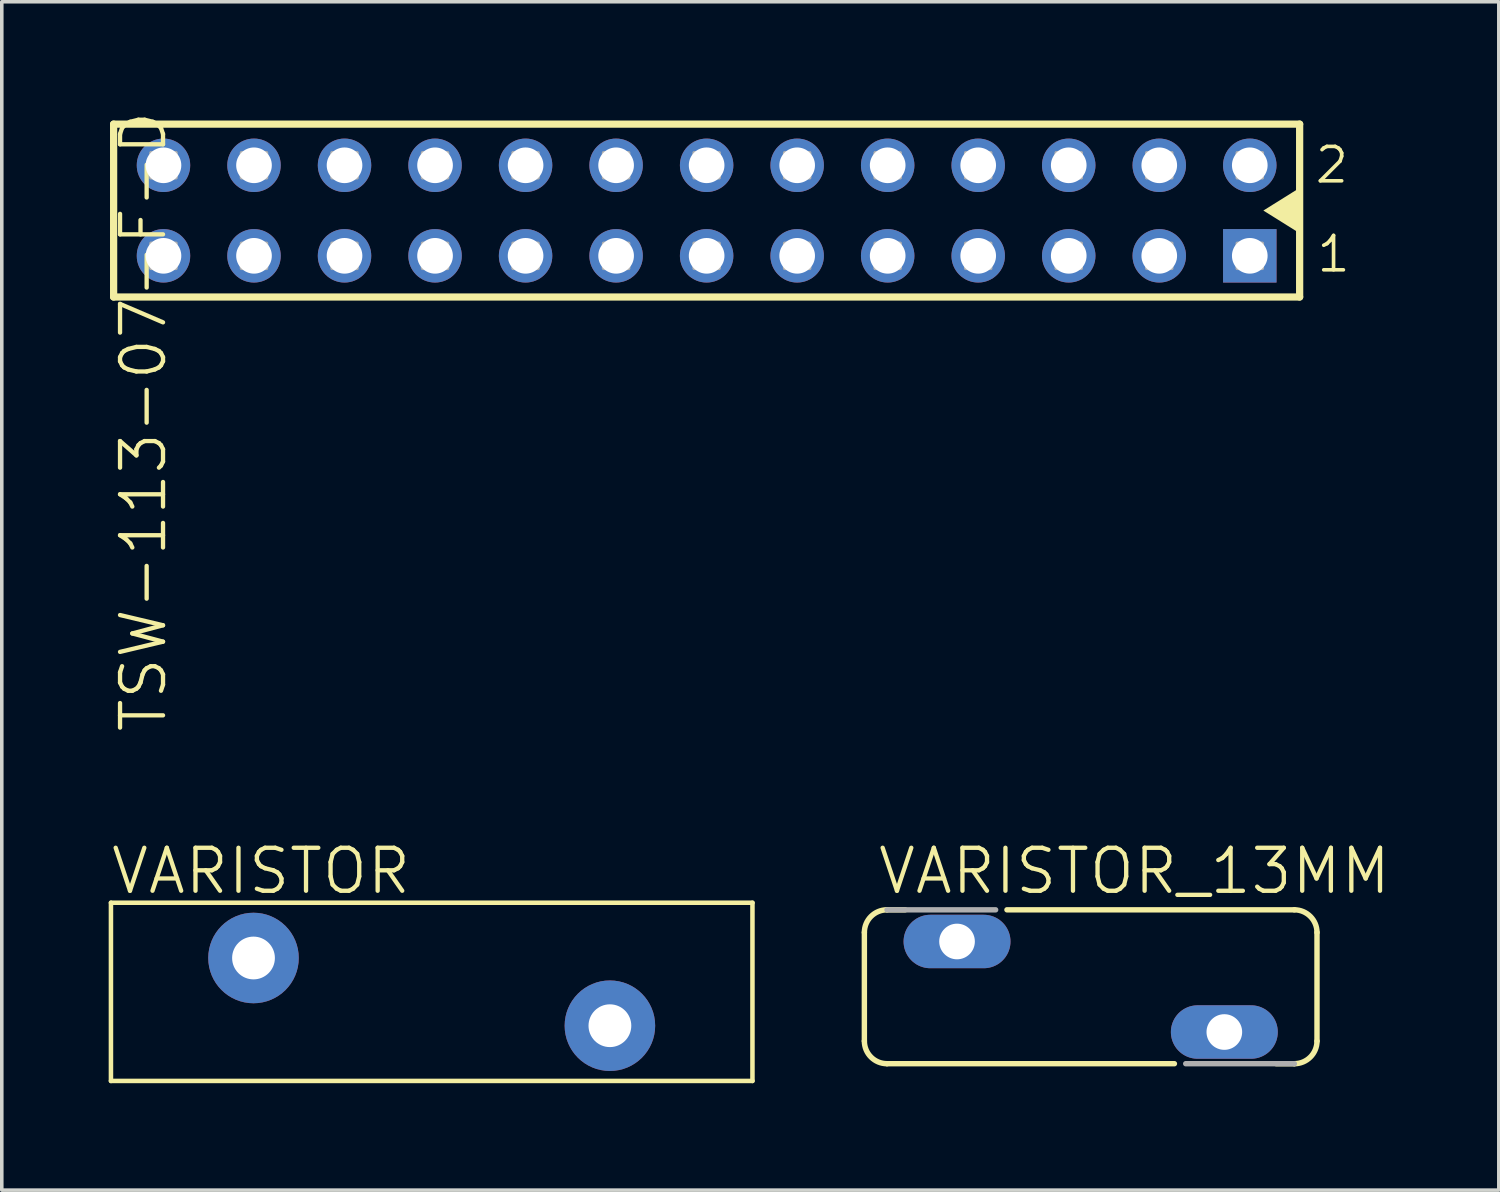
<source format=kicad_pcb>
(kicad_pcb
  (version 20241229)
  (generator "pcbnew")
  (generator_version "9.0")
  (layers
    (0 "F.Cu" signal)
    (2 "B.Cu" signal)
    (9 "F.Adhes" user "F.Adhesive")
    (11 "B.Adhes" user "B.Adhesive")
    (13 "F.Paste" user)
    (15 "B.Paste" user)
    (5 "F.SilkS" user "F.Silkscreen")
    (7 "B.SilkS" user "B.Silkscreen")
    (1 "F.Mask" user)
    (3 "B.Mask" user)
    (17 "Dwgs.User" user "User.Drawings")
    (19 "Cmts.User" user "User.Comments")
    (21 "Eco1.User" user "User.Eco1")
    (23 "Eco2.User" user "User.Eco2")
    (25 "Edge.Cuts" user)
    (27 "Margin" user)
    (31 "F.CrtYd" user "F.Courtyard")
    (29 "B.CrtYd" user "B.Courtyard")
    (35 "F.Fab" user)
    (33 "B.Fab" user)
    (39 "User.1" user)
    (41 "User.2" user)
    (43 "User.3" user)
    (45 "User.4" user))
  (footprint "VARISTOR"
    (layer "F.Cu")
    (at 9.063 24.78)
    (property "Reference" "VARISTOR" (at -9.062 -2.683 180) (layer "F.SilkS") (effects (font (size 1.206 1.206) (thickness 0.121)) (justify left bottom)))
    (attr through_hole)
    (fp_line (start -9 -2.5) (end 9 -2.5) (stroke (width 0.127) (type solid)) (layer "F.SilkS"))
    (fp_line (start -9 2.5) (end -9 -2.5) (stroke (width 0.127) (type solid)) (layer "F.SilkS"))
    (fp_line (start 9 -2.5) (end 9 2.5) (stroke (width 0.127) (type solid)) (layer "F.SilkS"))
    (fp_line (start 9 2.5) (end -9 2.5) (stroke (width 0.127) (type solid)) (layer "F.SilkS"))
    (pad "P$1" thru_hole circle (at -5 -0.95) (size 2.54 2.54) (drill 1.2) (layers "*.Cu" "*.Mask"))
    (pad "P$2" thru_hole circle (at 5 0.95) (size 2.54 2.54) (drill 1.2) (layers "*.Cu" "*.Mask")))
  (footprint "TSW-113-07-F-D"
    (layer "F.Cu")
    (at 1.537 4.128)
    (property "Reference" "TSW-113-07-F-D" (at -1.27 -4.128 90) (layer "F.SilkS") (effects (font (size 1.206 1.206) (thickness 0.121)) (justify right top)))
    (attr through_hole)
    (fp_line (start -1.399 -3.695) (end 31.879 -3.695) (stroke (width 0.203) (type solid)) (layer "F.SilkS"))
    (fp_line (start -1.399 1.155) (end -1.399 -3.695) (stroke (width 0.203) (type solid)) (layer "F.SilkS"))
    (fp_line (start 31.879 -3.695) (end 31.879 1.155) (stroke (width 0.203) (type solid)) (layer "F.SilkS"))
    (fp_line (start 31.879 1.155) (end -1.399 1.155) (stroke (width 0.203) (type solid)) (layer "F.SilkS"))
    (fp_poly (pts (xy 31.877 -1.905) (xy 30.861 -1.27) (xy 31.877 -0.635) (xy 31.877 -1.778)) (stroke (width 0) (type solid)) (fill yes) (layer "F.SilkS"))
    (fp_poly (pts (xy -0.35 -2.19) (xy 0.35 -2.19) (xy 0.35 -2.89) (xy -0.35 -2.89)) (stroke (width 0.1) (type solid)) (fill no) (layer "F.Fab"))
    (fp_poly (pts (xy -0.35 0.35) (xy 0.35 0.35) (xy 0.35 -0.35) (xy -0.35 -0.35)) (stroke (width 0.1) (type solid)) (fill no) (layer "F.Fab"))
    (fp_poly (pts (xy 2.19 -2.19) (xy 2.89 -2.19) (xy 2.89 -2.89) (xy 2.19 -2.89)) (stroke (width 0.1) (type solid)) (fill no) (layer "F.Fab"))
    (fp_poly (pts (xy 2.19 0.35) (xy 2.89 0.35) (xy 2.89 -0.35) (xy 2.19 -0.35)) (stroke (width 0.1) (type solid)) (fill no) (layer "F.Fab"))
    (fp_poly (pts (xy 4.73 -2.19) (xy 5.43 -2.19) (xy 5.43 -2.89) (xy 4.73 -2.89)) (stroke (width 0.1) (type solid)) (fill no) (layer "F.Fab"))
    (fp_poly (pts (xy 4.73 0.35) (xy 5.43 0.35) (xy 5.43 -0.35) (xy 4.73 -0.35)) (stroke (width 0.1) (type solid)) (fill no) (layer "F.Fab"))
    (fp_poly (pts (xy 7.27 -2.19) (xy 7.97 -2.19) (xy 7.97 -2.89) (xy 7.27 -2.89)) (stroke (width 0.1) (type solid)) (fill no) (layer "F.Fab"))
    (fp_poly (pts (xy 7.27 0.35) (xy 7.97 0.35) (xy 7.97 -0.35) (xy 7.27 -0.35)) (stroke (width 0.1) (type solid)) (fill no) (layer "F.Fab"))
    (fp_poly (pts (xy 9.81 -2.19) (xy 10.51 -2.19) (xy 10.51 -2.89) (xy 9.81 -2.89)) (stroke (width 0.1) (type solid)) (fill no) (layer "F.Fab"))
    (fp_poly (pts (xy 9.81 0.35) (xy 10.51 0.35) (xy 10.51 -0.35) (xy 9.81 -0.35)) (stroke (width 0.1) (type solid)) (fill no) (layer "F.Fab"))
    (fp_poly (pts (xy 12.35 -2.19) (xy 13.05 -2.19) (xy 13.05 -2.89) (xy 12.35 -2.89)) (stroke (width 0.1) (type solid)) (fill no) (layer "F.Fab"))
    (fp_poly (pts (xy 12.35 0.35) (xy 13.05 0.35) (xy 13.05 -0.35) (xy 12.35 -0.35)) (stroke (width 0.1) (type solid)) (fill no) (layer "F.Fab"))
    (fp_poly (pts (xy 14.89 -2.19) (xy 15.59 -2.19) (xy 15.59 -2.89) (xy 14.89 -2.89)) (stroke (width 0.1) (type solid)) (fill no) (layer "F.Fab"))
    (fp_poly (pts (xy 14.89 0.35) (xy 15.59 0.35) (xy 15.59 -0.35) (xy 14.89 -0.35)) (stroke (width 0.1) (type solid)) (fill no) (layer "F.Fab"))
    (fp_poly (pts (xy 17.43 -2.19) (xy 18.13 -2.19) (xy 18.13 -2.89) (xy 17.43 -2.89)) (stroke (width 0.1) (type solid)) (fill no) (layer "F.Fab"))
    (fp_poly (pts (xy 17.43 0.35) (xy 18.13 0.35) (xy 18.13 -0.35) (xy 17.43 -0.35)) (stroke (width 0.1) (type solid)) (fill no) (layer "F.Fab"))
    (fp_poly (pts (xy 19.97 -2.19) (xy 20.67 -2.19) (xy 20.67 -2.89) (xy 19.97 -2.89)) (stroke (width 0.1) (type solid)) (fill no) (layer "F.Fab"))
    (fp_poly (pts (xy 19.97 0.35) (xy 20.67 0.35) (xy 20.67 -0.35) (xy 19.97 -0.35)) (stroke (width 0.1) (type solid)) (fill no) (layer "F.Fab"))
    (fp_poly (pts (xy 22.51 -2.19) (xy 23.21 -2.19) (xy 23.21 -2.89) (xy 22.51 -2.89)) (stroke (width 0.1) (type solid)) (fill no) (layer "F.Fab"))
    (fp_poly (pts (xy 22.51 0.35) (xy 23.21 0.35) (xy 23.21 -0.35) (xy 22.51 -0.35)) (stroke (width 0.1) (type solid)) (fill no) (layer "F.Fab"))
    (fp_poly (pts (xy 25.05 -2.19) (xy 25.75 -2.19) (xy 25.75 -2.89) (xy 25.05 -2.89)) (stroke (width 0.1) (type solid)) (fill no) (layer "F.Fab"))
    (fp_poly (pts (xy 25.05 0.35) (xy 25.75 0.35) (xy 25.75 -0.35) (xy 25.05 -0.35)) (stroke (width 0.1) (type solid)) (fill no) (layer "F.Fab"))
    (fp_poly (pts (xy 27.59 -2.19) (xy 28.29 -2.19) (xy 28.29 -2.89) (xy 27.59 -2.89)) (stroke (width 0.1) (type solid)) (fill no) (layer "F.Fab"))
    (fp_poly (pts (xy 27.59 0.35) (xy 28.29 0.35) (xy 28.29 -0.35) (xy 27.59 -0.35)) (stroke (width 0.1) (type solid)) (fill no) (layer "F.Fab"))
    (fp_poly (pts (xy 30.13 -2.19) (xy 30.83 -2.19) (xy 30.83 -2.89) (xy 30.13 -2.89)) (stroke (width 0.1) (type solid)) (fill no) (layer "F.Fab"))
    (fp_poly (pts (xy 30.13 0.35) (xy 30.83 0.35) (xy 30.83 -0.35) (xy 30.13 -0.35)) (stroke (width 0.1) (type solid)) (fill no) (layer "F.Fab"))
    (fp_text user "2" (at 32.256 -1.982 0) (layer "F.SilkS") (effects (font (size 0.965 0.965) (thickness 0.102)) (justify left bottom)))
    (fp_text user "1" (at 32.304 0.516 0) (layer "F.SilkS") (effects (font (size 0.965 0.965) (thickness 0.102)) (justify left bottom)))
    (pad "1" thru_hole rect (at 30.48 0 180) (size 1.5 1.5) (drill 1) (layers "*.Cu" "*.Mask"))
    (pad "2" thru_hole circle (at 30.48 -2.54 180) (size 1.5 1.5) (drill 1) (layers "*.Cu" "*.Mask"))
    (pad "3" thru_hole circle (at 27.94 0 180) (size 1.5 1.5) (drill 1) (layers "*.Cu" "*.Mask"))
    (pad "4" thru_hole circle (at 27.94 -2.54 180) (size 1.5 1.5) (drill 1) (layers "*.Cu" "*.Mask"))
    (pad "5" thru_hole circle (at 25.4 0 180) (size 1.5 1.5) (drill 1) (layers "*.Cu" "*.Mask"))
    (pad "6" thru_hole circle (at 25.4 -2.54 180) (size 1.5 1.5) (drill 1) (layers "*.Cu" "*.Mask"))
    (pad "7" thru_hole circle (at 22.86 0 180) (size 1.5 1.5) (drill 1) (layers "*.Cu" "*.Mask"))
    (pad "8" thru_hole circle (at 22.86 -2.54 180) (size 1.5 1.5) (drill 1) (layers "*.Cu" "*.Mask"))
    (pad "9" thru_hole circle (at 20.32 0 180) (size 1.5 1.5) (drill 1) (layers "*.Cu" "*.Mask"))
    (pad "10" thru_hole circle (at 20.32 -2.54 180) (size 1.5 1.5) (drill 1) (layers "*.Cu" "*.Mask"))
    (pad "11" thru_hole circle (at 17.78 0 180) (size 1.5 1.5) (drill 1) (layers "*.Cu" "*.Mask"))
    (pad "12" thru_hole circle (at 17.78 -2.54 180) (size 1.5 1.5) (drill 1) (layers "*.Cu" "*.Mask"))
    (pad "13" thru_hole circle (at 15.24 0 180) (size 1.5 1.5) (drill 1) (layers "*.Cu" "*.Mask"))
    (pad "14" thru_hole circle (at 15.24 -2.54 180) (size 1.5 1.5) (drill 1) (layers "*.Cu" "*.Mask"))
    (pad "15" thru_hole circle (at 12.7 0 180) (size 1.5 1.5) (drill 1) (layers "*.Cu" "*.Mask"))
    (pad "16" thru_hole circle (at 12.7 -2.54 180) (size 1.5 1.5) (drill 1) (layers "*.Cu" "*.Mask"))
    (pad "17" thru_hole circle (at 10.16 0 180) (size 1.5 1.5) (drill 1) (layers "*.Cu" "*.Mask"))
    (pad "18" thru_hole circle (at 10.16 -2.54 180) (size 1.5 1.5) (drill 1) (layers "*.Cu" "*.Mask"))
    (pad "19" thru_hole circle (at 7.62 0 180) (size 1.5 1.5) (drill 1) (layers "*.Cu" "*.Mask"))
    (pad "20" thru_hole circle (at 7.62 -2.54 180) (size 1.5 1.5) (drill 1) (layers "*.Cu" "*.Mask"))
    (pad "21" thru_hole circle (at 5.08 0 180) (size 1.5 1.5) (drill 1) (layers "*.Cu" "*.Mask"))
    (pad "22" thru_hole circle (at 5.08 -2.54 180) (size 1.5 1.5) (drill 1) (layers "*.Cu" "*.Mask"))
    (pad "23" thru_hole circle (at 2.54 0 180) (size 1.5 1.5) (drill 1) (layers "*.Cu" "*.Mask"))
    (pad "24" thru_hole circle (at 2.54 -2.54 180) (size 1.5 1.5) (drill 1) (layers "*.Cu" "*.Mask"))
    (pad "25" thru_hole circle (at 0 0 180) (size 1.5 1.5) (drill 1) (layers "*.Cu" "*.Mask"))
    (pad "26" thru_hole circle (at 0 -2.54 180) (size 1.5 1.5) (drill 1) (layers "*.Cu" "*.Mask")))
  (footprint "VARISTOR_13MM"
    (layer "F.Cu")
    (at 27.553 24.637)
    (property "Reference" "VARISTOR_13MM" (at -6.032 -2.54 180) (layer "F.SilkS") (effects (font (size 1.206 1.206) (thickness 0.121)) (justify left bottom)))
    (attr through_hole)
    (fp_line (start -6.35 1.524) (end -6.35 -1.524) (stroke (width 0.152) (type solid)) (layer "F.SilkS"))
    (fp_line (start -5.207 -2.159) (end -5.715 -2.159) (stroke (width 0.152) (type solid)) (layer "F.SilkS"))
    (fp_line (start 2.349 2.159) (end -5.715 2.159) (stroke (width 0.152) (type solid)) (layer "F.SilkS"))
    (fp_line (start 5.715 -2.159) (end -2.349 -2.159) (stroke (width 0.152) (type solid)) (layer "F.SilkS"))
    (fp_line (start 5.715 2.159) (end 5.207 2.159) (stroke (width 0.152) (type solid)) (layer "F.SilkS"))
    (fp_line (start 6.35 1.524) (end 6.35 -1.524) (stroke (width 0.152) (type solid)) (layer "F.SilkS"))
    (fp_arc (start -6.35 -1.524) (mid -6.164013 -1.973013) (end -5.715 -2.159) (stroke (width 0.1524) (type solid)) (layer "F.SilkS"))
    (fp_arc (start -5.715 2.159) (mid -6.164013 1.973013) (end -6.35 1.524) (stroke (width 0.1524) (type solid)) (layer "F.SilkS"))
    (fp_arc (start 5.715 -2.159) (mid 6.164013 -1.973013) (end 6.35 -1.524) (stroke (width 0.1524) (type solid)) (layer "F.SilkS"))
    (fp_arc (start 6.35 1.524) (mid 6.164013 1.973013) (end 5.715 2.159) (stroke (width 0.1524) (type solid)) (layer "F.SilkS"))
    (fp_line (start -2.667 -2.159) (end -5.715 -2.159) (stroke (width 0.152) (type solid)) (layer "F.Fab"))
    (fp_line (start 2.667 2.159) (end 5.715 2.159) (stroke (width 0.152) (type solid)) (layer "F.Fab"))
    (pad "1" thru_hole oval (at 3.75 1.27) (size 3 1.5) (drill 1) (layers "*.Cu" "*.Mask"))
    (pad "2" thru_hole oval (at -3.75 -1.27 180) (size 3 1.5) (drill 1) (layers "*.Cu" "*.Mask")))
  (gr_rect
    (start -3 -3)
    (end 39.004 30.343)
    (stroke (width 0.1) (type default))
    (fill no)
    (layer "Edge.Cuts")))
</source>
